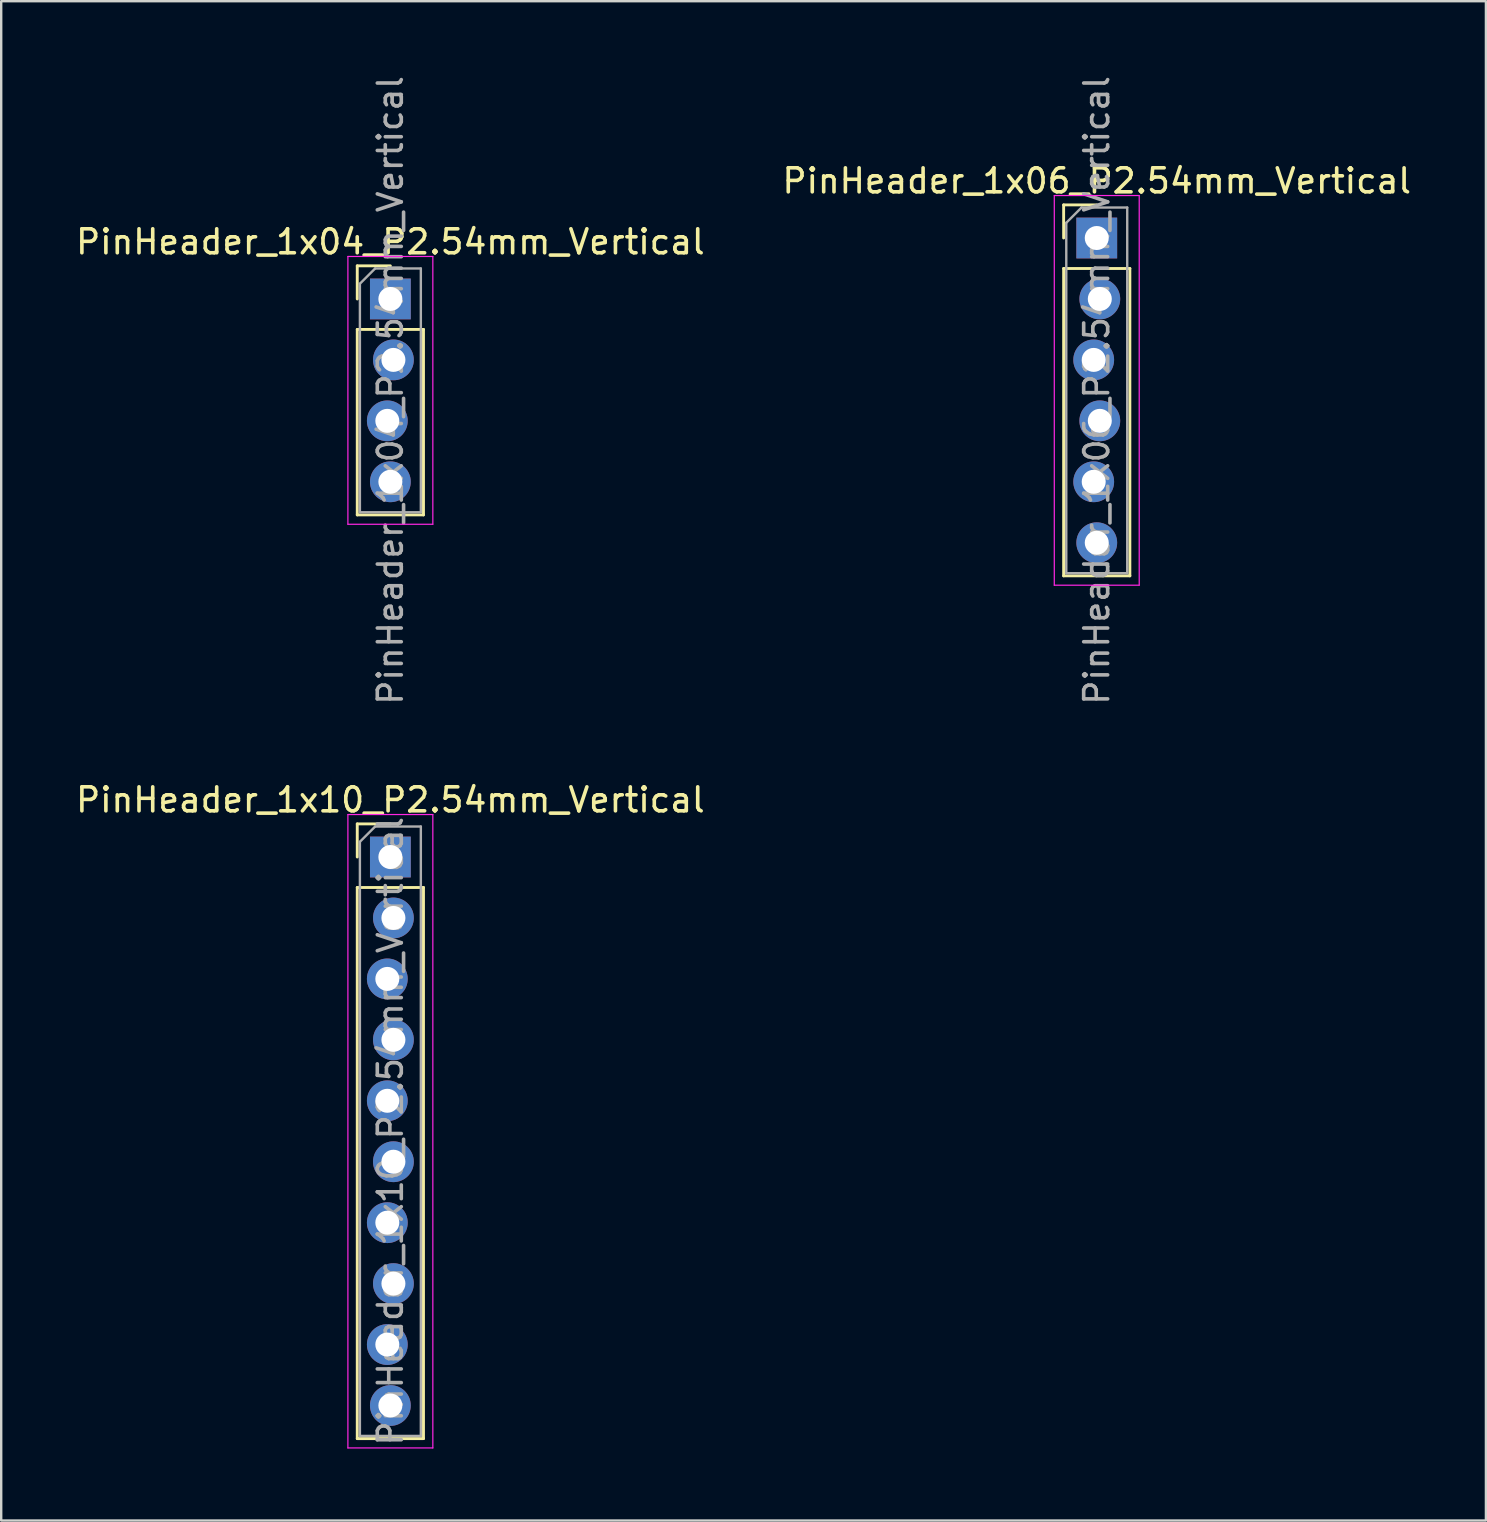
<source format=kicad_pcb>
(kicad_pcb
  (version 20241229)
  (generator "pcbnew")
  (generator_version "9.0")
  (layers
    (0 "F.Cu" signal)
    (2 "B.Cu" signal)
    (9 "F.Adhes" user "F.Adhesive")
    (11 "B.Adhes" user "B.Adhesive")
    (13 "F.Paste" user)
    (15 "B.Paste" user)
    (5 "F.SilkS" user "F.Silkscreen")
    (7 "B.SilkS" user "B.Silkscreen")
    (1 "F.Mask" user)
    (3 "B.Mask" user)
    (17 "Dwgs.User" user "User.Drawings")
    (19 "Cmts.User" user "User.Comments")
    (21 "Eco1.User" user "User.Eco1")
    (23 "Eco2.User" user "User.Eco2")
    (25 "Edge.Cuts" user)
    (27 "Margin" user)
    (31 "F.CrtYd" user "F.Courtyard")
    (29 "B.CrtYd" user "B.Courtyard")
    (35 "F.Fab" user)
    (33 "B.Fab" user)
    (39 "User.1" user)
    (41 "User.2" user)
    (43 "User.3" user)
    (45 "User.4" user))
  (footprint "PinHeader_1x06_P2.54mm_Vertical"
    (layer "F.Cu")
    (at 42.661 6.87)
    (property "Reference" "PinHeader_1x06_P2.54mm_Vertical" (at 0 -2.38 0) (layer "F.SilkS") (effects (font (size 1 1) (thickness 0.15))))
    (attr through_hole)
    (fp_line (start -1.38 -1.38) (end 0 -1.38) (stroke (width 0.12) (type solid)) (layer "F.SilkS"))
    (fp_line (start -1.38 0) (end -1.38 -1.38) (stroke (width 0.12) (type solid)) (layer "F.SilkS"))
    (fp_line (start -1.38 1.27) (end -1.38 14.08) (stroke (width 0.12) (type solid)) (layer "F.SilkS"))
    (fp_line (start -1.38 1.27) (end 1.38 1.27) (stroke (width 0.12) (type solid)) (layer "F.SilkS"))
    (fp_line (start -1.38 14.08) (end 1.38 14.08) (stroke (width 0.12) (type solid)) (layer "F.SilkS"))
    (fp_line (start 1.38 1.27) (end 1.38 14.08) (stroke (width 0.12) (type solid)) (layer "F.SilkS"))
    (fp_line (start -1.77 -1.77) (end -1.77 14.47) (stroke (width 0.05) (type solid)) (layer "F.CrtYd"))
    (fp_line (start -1.77 14.47) (end 1.77 14.47) (stroke (width 0.05) (type solid)) (layer "F.CrtYd"))
    (fp_line (start 1.77 -1.77) (end -1.77 -1.77) (stroke (width 0.05) (type solid)) (layer "F.CrtYd"))
    (fp_line (start 1.77 14.47) (end 1.77 -1.77) (stroke (width 0.05) (type solid)) (layer "F.CrtYd"))
    (fp_line (start -1.27 -0.635) (end -0.635 -1.27) (stroke (width 0.1) (type solid)) (layer "F.Fab"))
    (fp_line (start -1.27 13.97) (end -1.27 -0.635) (stroke (width 0.1) (type solid)) (layer "F.Fab"))
    (fp_line (start -0.635 -1.27) (end 1.27 -1.27) (stroke (width 0.1) (type solid)) (layer "F.Fab"))
    (fp_line (start 1.27 -1.27) (end 1.27 13.97) (stroke (width 0.1) (type solid)) (layer "F.Fab"))
    (fp_line (start 1.27 13.97) (end -1.27 13.97) (stroke (width 0.1) (type solid)) (layer "F.Fab"))
    (fp_text user "${REFERENCE}" (at 0 6.35 90) (layer "F.Fab") (effects (font (size 1 1) (thickness 0.15))))
    (pad "1" thru_hole rect (at 0 0) (size 1.7 1.7) (drill 1) (layers "*.Cu" "*.Mask"))
    (pad "2" thru_hole circle (at 0.127 2.54) (size 1.7 1.7) (drill 1) (layers "*.Cu" "*.Mask"))
    (pad "3" thru_hole circle (at -0.127 5.08) (size 1.7 1.7) (drill 1) (layers "*.Cu" "*.Mask"))
    (pad "4" thru_hole circle (at 0.127 7.62) (size 1.7 1.7) (drill 1) (layers "*.Cu" "*.Mask"))
    (pad "5" thru_hole circle (at -0.127 10.16) (size 1.7 1.7) (drill 1) (layers "*.Cu" "*.Mask"))
    (pad "6" thru_hole circle (at 0 12.7) (size 1.7 1.7) (drill 1) (layers "*.Cu" "*.Mask")))
  (footprint "PinHeader_1x04_P2.54mm_Vertical"
    (layer "F.Cu")
    (at 13.22 9.41)
    (property "Reference" "PinHeader_1x04_P2.54mm_Vertical" (at 0 -2.38 0) (layer "F.SilkS") (effects (font (size 1 1) (thickness 0.15))))
    (attr through_hole)
    (fp_line (start -1.38 -1.38) (end 0 -1.38) (stroke (width 0.12) (type solid)) (layer "F.SilkS"))
    (fp_line (start -1.38 0) (end -1.38 -1.38) (stroke (width 0.12) (type solid)) (layer "F.SilkS"))
    (fp_line (start -1.38 1.27) (end -1.38 9) (stroke (width 0.12) (type solid)) (layer "F.SilkS"))
    (fp_line (start -1.38 1.27) (end 1.38 1.27) (stroke (width 0.12) (type solid)) (layer "F.SilkS"))
    (fp_line (start -1.38 9) (end 1.38 9) (stroke (width 0.12) (type solid)) (layer "F.SilkS"))
    (fp_line (start 1.38 1.27) (end 1.38 9) (stroke (width 0.12) (type solid)) (layer "F.SilkS"))
    (fp_line (start -1.77 -1.77) (end -1.77 9.39) (stroke (width 0.05) (type solid)) (layer "F.CrtYd"))
    (fp_line (start -1.77 9.39) (end 1.77 9.39) (stroke (width 0.05) (type solid)) (layer "F.CrtYd"))
    (fp_line (start 1.77 -1.77) (end -1.77 -1.77) (stroke (width 0.05) (type solid)) (layer "F.CrtYd"))
    (fp_line (start 1.77 9.39) (end 1.77 -1.77) (stroke (width 0.05) (type solid)) (layer "F.CrtYd"))
    (fp_line (start -1.27 -0.635) (end -0.635 -1.27) (stroke (width 0.1) (type solid)) (layer "F.Fab"))
    (fp_line (start -1.27 8.89) (end -1.27 -0.635) (stroke (width 0.1) (type solid)) (layer "F.Fab"))
    (fp_line (start -0.635 -1.27) (end 1.27 -1.27) (stroke (width 0.1) (type solid)) (layer "F.Fab"))
    (fp_line (start 1.27 -1.27) (end 1.27 8.89) (stroke (width 0.1) (type solid)) (layer "F.Fab"))
    (fp_line (start 1.27 8.89) (end -1.27 8.89) (stroke (width 0.1) (type solid)) (layer "F.Fab"))
    (fp_text user "${REFERENCE}" (at 0 3.81 90) (layer "F.Fab") (effects (font (size 1 1) (thickness 0.15))))
    (pad "1" thru_hole rect (at 0 0) (size 1.7 1.7) (drill 1) (layers "*.Cu" "*.Mask"))
    (pad "2" thru_hole circle (at 0.127 2.54) (size 1.7 1.7) (drill 1) (layers "*.Cu" "*.Mask"))
    (pad "3" thru_hole circle (at -0.127 5.08) (size 1.7 1.7) (drill 1) (layers "*.Cu" "*.Mask"))
    (pad "4" thru_hole circle (at 0 7.62) (size 1.7 1.7) (drill 1) (layers "*.Cu" "*.Mask")))
  (footprint "PinHeader_1x10_P2.54mm_Vertical"
    (layer "F.Cu")
    (at 13.22 32.669)
    (property "Reference" "PinHeader_1x10_P2.54mm_Vertical" (at 0 -2.38 0) (layer "F.SilkS") (effects (font (size 1 1) (thickness 0.15))))
    (attr through_hole)
    (fp_line (start -1.38 -1.38) (end 0 -1.38) (stroke (width 0.12) (type solid)) (layer "F.SilkS"))
    (fp_line (start -1.38 0) (end -1.38 -1.38) (stroke (width 0.12) (type solid)) (layer "F.SilkS"))
    (fp_line (start -1.38 1.27) (end -1.38 24.24) (stroke (width 0.12) (type solid)) (layer "F.SilkS"))
    (fp_line (start -1.38 1.27) (end 1.38 1.27) (stroke (width 0.12) (type solid)) (layer "F.SilkS"))
    (fp_line (start -1.38 24.24) (end 1.38 24.24) (stroke (width 0.12) (type solid)) (layer "F.SilkS"))
    (fp_line (start 1.38 1.27) (end 1.38 24.24) (stroke (width 0.12) (type solid)) (layer "F.SilkS"))
    (fp_line (start -1.77 -1.77) (end -1.77 24.63) (stroke (width 0.05) (type solid)) (layer "F.CrtYd"))
    (fp_line (start -1.77 24.63) (end 1.77 24.63) (stroke (width 0.05) (type solid)) (layer "F.CrtYd"))
    (fp_line (start 1.77 -1.77) (end -1.77 -1.77) (stroke (width 0.05) (type solid)) (layer "F.CrtYd"))
    (fp_line (start 1.77 24.63) (end 1.77 -1.77) (stroke (width 0.05) (type solid)) (layer "F.CrtYd"))
    (fp_line (start -1.27 -0.635) (end -0.635 -1.27) (stroke (width 0.1) (type solid)) (layer "F.Fab"))
    (fp_line (start -1.27 24.13) (end -1.27 -0.635) (stroke (width 0.1) (type solid)) (layer "F.Fab"))
    (fp_line (start -0.635 -1.27) (end 1.27 -1.27) (stroke (width 0.1) (type solid)) (layer "F.Fab"))
    (fp_line (start 1.27 -1.27) (end 1.27 24.13) (stroke (width 0.1) (type solid)) (layer "F.Fab"))
    (fp_line (start 1.27 24.13) (end -1.27 24.13) (stroke (width 0.1) (type solid)) (layer "F.Fab"))
    (fp_text user "${REFERENCE}" (at 0 11.43 90) (layer "F.Fab") (effects (font (size 1 1) (thickness 0.15))))
    (pad "1" thru_hole rect (at 0 0) (size 1.7 1.7) (drill 1) (layers "*.Cu" "*.Mask"))
    (pad "2" thru_hole circle (at 0.127 2.54) (size 1.7 1.7) (drill 1) (layers "*.Cu" "*.Mask"))
    (pad "3" thru_hole circle (at -0.127 5.08) (size 1.7 1.7) (drill 1) (layers "*.Cu" "*.Mask"))
    (pad "4" thru_hole circle (at 0.127 7.62) (size 1.7 1.7) (drill 1) (layers "*.Cu" "*.Mask"))
    (pad "5" thru_hole circle (at -0.127 10.16) (size 1.7 1.7) (drill 1) (layers "*.Cu" "*.Mask"))
    (pad "6" thru_hole circle (at 0.127 12.7) (size 1.7 1.7) (drill 1) (layers "*.Cu" "*.Mask"))
    (pad "7" thru_hole circle (at -0.127 15.24) (size 1.7 1.7) (drill 1) (layers "*.Cu" "*.Mask"))
    (pad "8" thru_hole circle (at 0.127 17.78) (size 1.7 1.7) (drill 1) (layers "*.Cu" "*.Mask"))
    (pad "9" thru_hole circle (at -0.127 20.32) (size 1.7 1.7) (drill 1) (layers "*.Cu" "*.Mask"))
    (pad "10" thru_hole circle (at 0 22.86) (size 1.7 1.7) (drill 1) (layers "*.Cu" "*.Mask")))
  (gr_rect
    (start -3 -3)
    (end 58.881 60.324)
    (stroke (width 0.1) (type default))
    (fill no)
    (layer "Edge.Cuts")))
</source>
